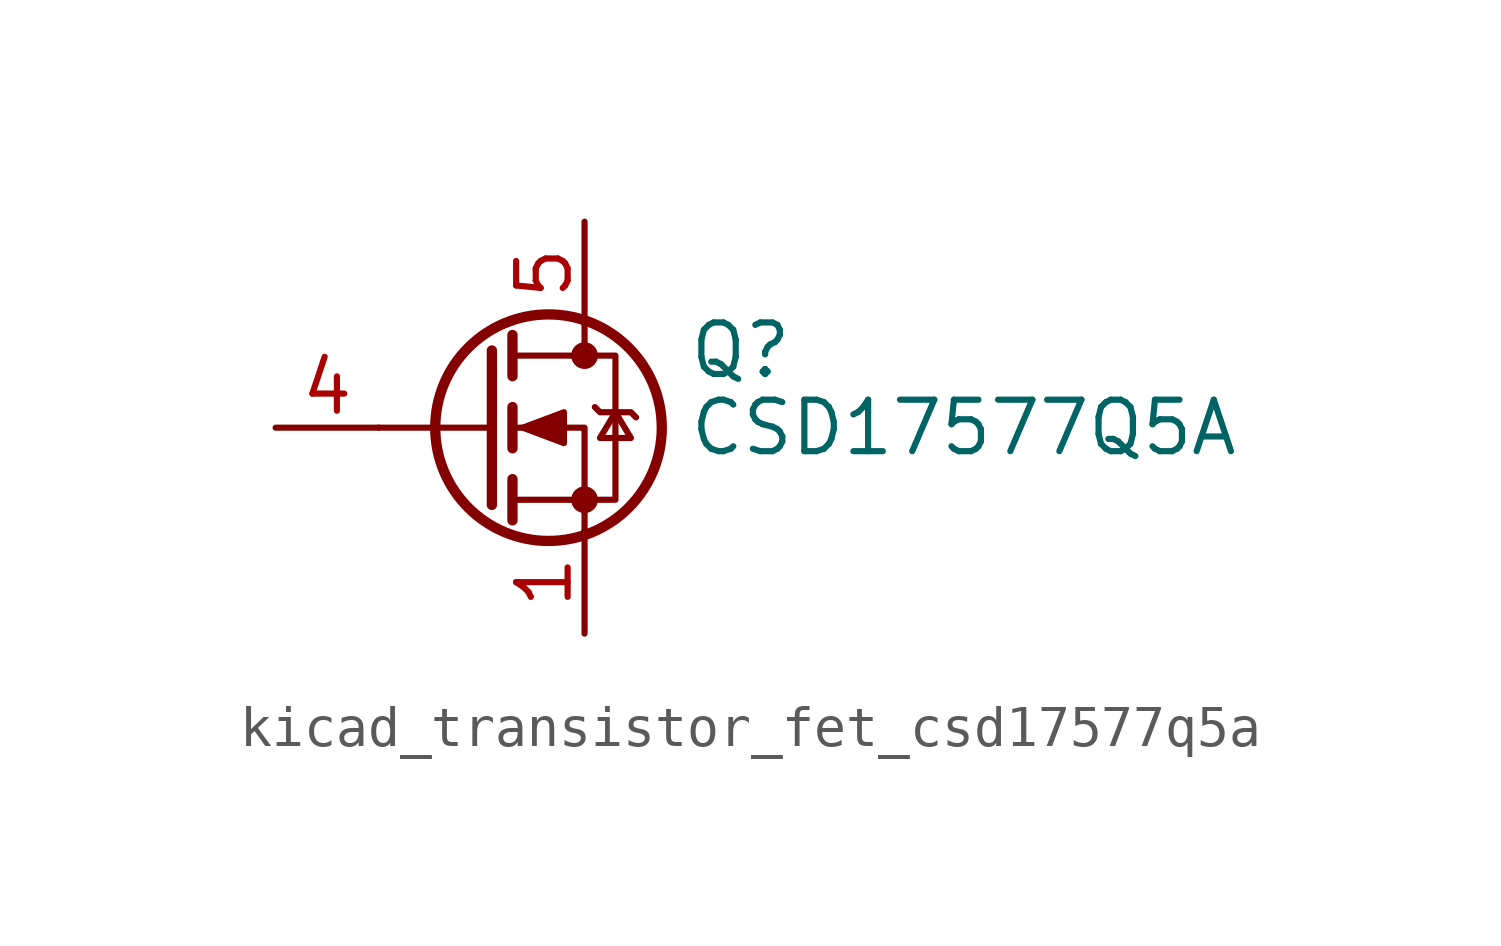
<source format=kicad_sym>
(kicad_symbol_lib
  (version 20220914)
  (generator kicad_symbol_editor)
  (symbol "kicad_transistor_fet_csd17577q5a"
    (pin_names hide)
    (property "Reference" "Q"
      (at 5.08 1.905 0)
      (effects (font (size 1.27 1.27)) (justify left)))
    (property "Value" "CSD17577Q5A"
      (at 5.08 0 0)
      (effects (font (size 1.27 1.27)) (justify left)))
    (symbol "kicad_transistor_fet_csd17577q5a_0_1"
      (polyline (pts (xy 0.254 0) (xy -2.54 0)) (stroke (width 0) (type default)) (fill (type none)))
      (polyline (pts (xy 0.254 1.905) (xy 0.254 -1.905)) (stroke (width 0.254) (type default)) (fill (type none)))
      (polyline (pts (xy 0.762 -1.27) (xy 0.762 -2.286)) (stroke (width 0.254) (type default)) (fill (type none)))
      (polyline (pts (xy 0.762 0.508) (xy 0.762 -0.508)) (stroke (width 0.254) (type default)) (fill (type none)))
      (polyline (pts (xy 0.762 2.286) (xy 0.762 1.27)) (stroke (width 0.254) (type default)) (fill (type none)))
      (polyline (pts (xy 2.54 2.54) (xy 2.54 1.778)) (stroke (width 0) (type default)) (fill (type none)))
      (polyline (pts (xy 2.54 -2.54) (xy 2.54 0) (xy 0.762 0)) (stroke (width 0) (type default)) (fill (type none)))
      (polyline (pts (xy 0.762 -1.778) (xy 3.302 -1.778) (xy 3.302 1.778) (xy 0.762 1.778)) (stroke (width 0) (type default)) (fill (type none)))
      (polyline (pts (xy 1.016 0) (xy 2.032 0.381) (xy 2.032 -0.381) (xy 1.016 0)) (stroke (width 0) (type default)) (fill (type outline)))
      (polyline (pts (xy 2.794 0.508) (xy 2.921 0.381) (xy 3.683 0.381) (xy 3.81 0.254)) (stroke (width 0) (type default)) (fill (type none)))
      (polyline (pts (xy 3.302 0.381) (xy 2.921 -0.254) (xy 3.683 -0.254) (xy 3.302 0.381)) (stroke (width 0) (type default)) (fill (type none)))
      (circle (center 1.651 0) (radius 2.794) (stroke (width 0.254) (type default)) (fill (type none)))
      (circle (center 2.54 -1.778) (radius 0.254) (stroke (width 0) (type default)) (fill (type outline)))
      (circle (center 2.54 1.778) (radius 0.254) (stroke (width 0) (type default)) (fill (type outline))))
    (symbol "kicad_transistor_fet_csd17577q5a_1_1"
      (pin passive line (at 2.54 -5.08 90) (length 2.54) (name "S" (effects (font (size 1.27 1.27)))) (number "1" (effects (font (size 1.27 1.27)))))
      (pin passive line (at 2.54 -5.08 90) (length 2.54) hide (name "S" (effects (font (size 1.27 1.27)))) (number "2" (effects (font (size 1.27 1.27)))))
      (pin passive line (at 2.54 -5.08 90) (length 2.54) hide (name "S" (effects (font (size 1.27 1.27)))) (number "3" (effects (font (size 1.27 1.27)))))
      (pin passive line (at -5.08 0 0) (length 2.54) (name "G" (effects (font (size 1.27 1.27)))) (number "4" (effects (font (size 1.27 1.27)))))
      (pin passive line (at 2.54 5.08 270) (length 2.54) (name "D" (effects (font (size 1.27 1.27)))) (number "5" (effects (font (size 1.27 1.27))))))))
</source>
